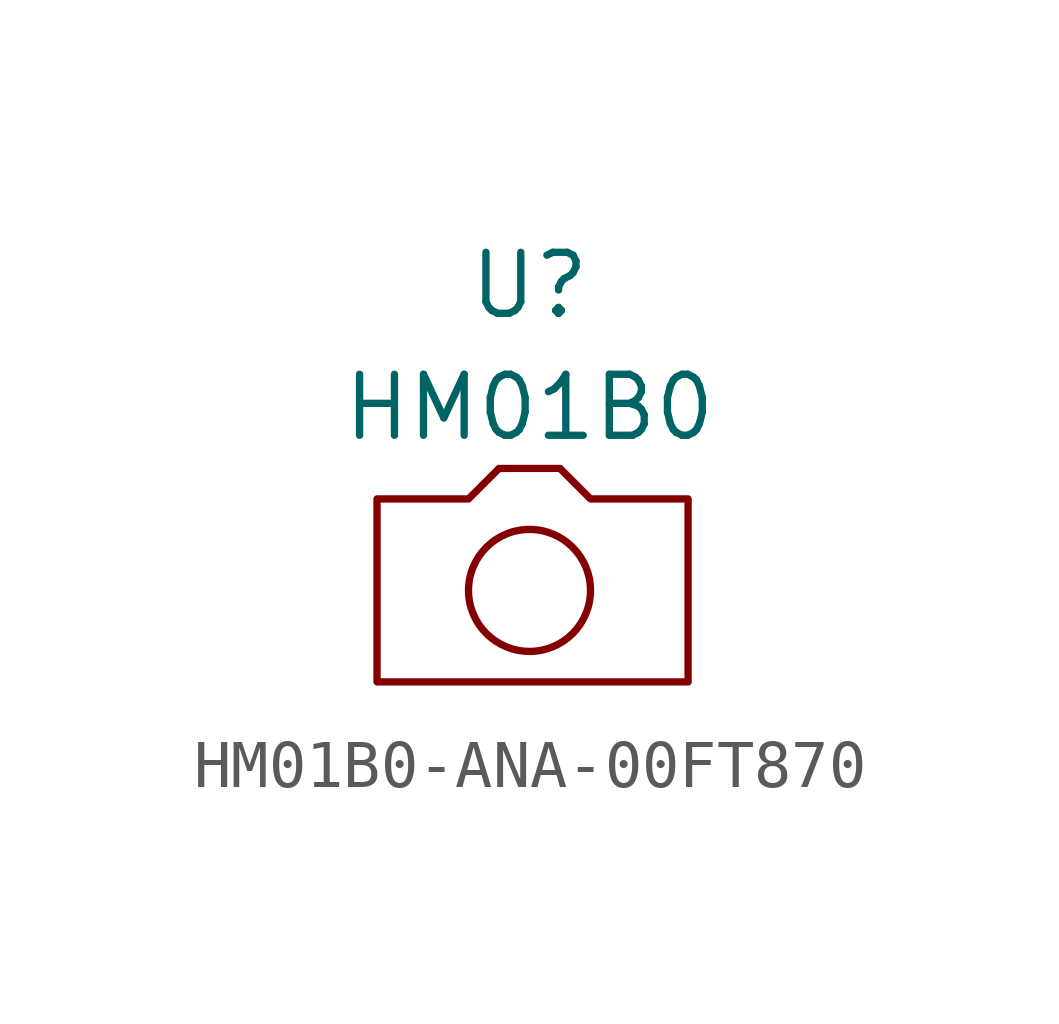
<source format=kicad_sym>
(kicad_symbol_lib
  (version 20241209)
  (generator "kicad_symbol_editor")
  (generator_version "9.0")
  (symbol "HM01B0-ANA-00FT870"
    (property "Reference" "U"
      (at 0 6.35 0)
      (effects (font (size 1.27 1.27))))
    (property "Value" "HM01B0"
      (at 0 3.81 0)
      (effects (font (size 1.27 1.27))))
    (symbol "HM01B0-ANA-00FT870_0_1"
      (polyline (pts (xy -3.175 -1.905) (xy 3.302 -1.905) (xy 3.302 1.905) (xy 1.27 1.905) (xy 0.635 2.54) (xy -0.635 2.54) (xy -1.27 1.905) (xy -3.175 1.905) (xy -3.175 -1.905)) (stroke (width 0) (type default)) (fill (type none)))
      (circle (center 0 0) (radius 1.27) (stroke (width 0) (type default)) (fill (type none))))))
</source>
